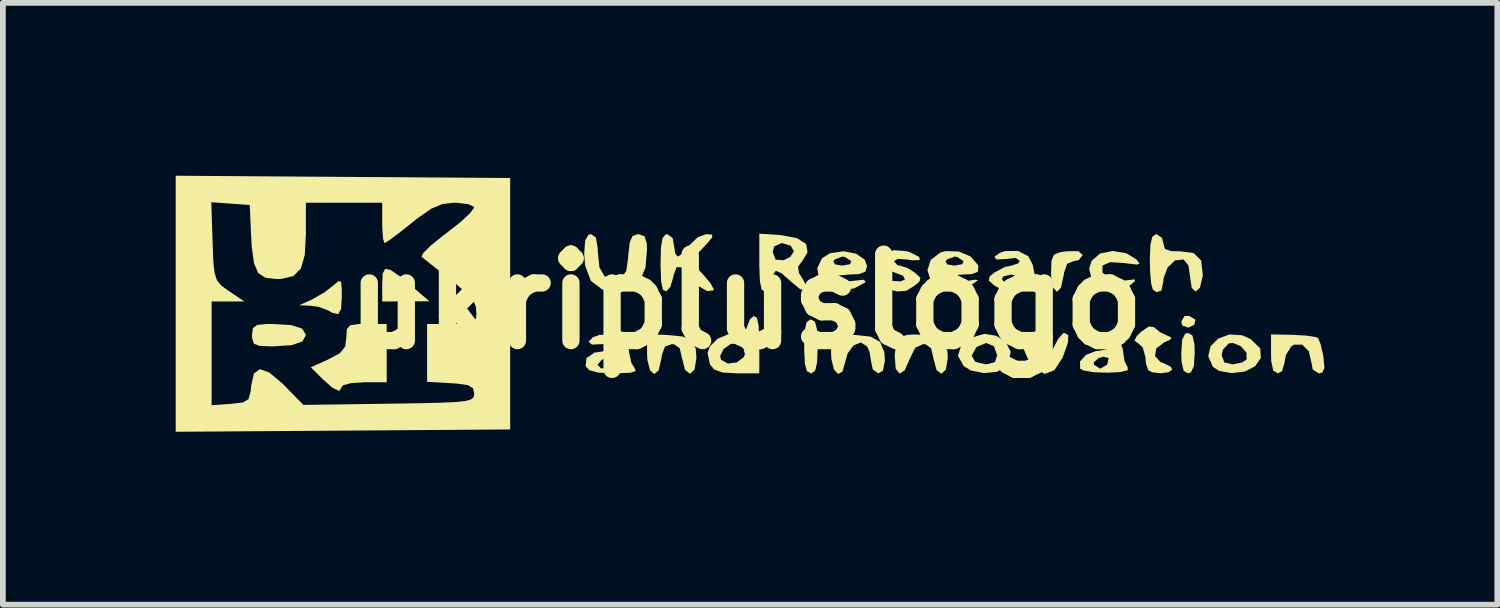
<source format=kicad_pcb>
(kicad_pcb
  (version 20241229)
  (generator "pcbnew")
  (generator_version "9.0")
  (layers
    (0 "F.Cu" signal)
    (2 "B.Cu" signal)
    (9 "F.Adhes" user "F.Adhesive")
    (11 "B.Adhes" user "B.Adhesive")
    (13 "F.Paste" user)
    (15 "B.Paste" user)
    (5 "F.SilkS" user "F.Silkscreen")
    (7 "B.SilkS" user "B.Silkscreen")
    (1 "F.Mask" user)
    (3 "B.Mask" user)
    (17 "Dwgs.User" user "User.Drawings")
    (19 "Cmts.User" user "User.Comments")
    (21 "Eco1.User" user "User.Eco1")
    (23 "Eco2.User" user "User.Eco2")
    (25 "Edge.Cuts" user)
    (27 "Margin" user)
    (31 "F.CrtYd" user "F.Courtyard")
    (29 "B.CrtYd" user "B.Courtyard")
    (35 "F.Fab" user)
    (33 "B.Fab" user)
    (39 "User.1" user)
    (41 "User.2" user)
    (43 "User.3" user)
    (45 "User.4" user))
  (footprint "ukripluslogo"
    (layer "F.Cu")
    (at 9.895 2.183)
    (property "Reference" "ukripluslogo" (at 0 0 0) (layer "F.SilkS") (effects (font (size 1.5 1.5) (thickness 0.3))))
    (attr board_only exclude_from_pos_files exclude_from_bom)
    (fp_poly (pts (xy 7.804 0.314) (xy 7.785 0.403) (xy 7.679 0.454) (xy 7.575 0.416) (xy 7.558 0.351) (xy 7.614 0.252) (xy 7.694 0.249)) (stroke (width 0) (type solid)) (fill yes) (layer "F.SilkS"))
    (fp_poly (pts (xy -6.164 -0.547) (xy -5.993 -0.428) (xy -5.766 -0.238) (xy -5.493 -0.004) (xy -5.902 -0.002) (xy -6.311 0) (xy -6.311 -0.314) (xy -6.302 -0.488) (xy -6.26 -0.566)) (stroke (width 0) (type solid)) (fill yes) (layer "F.SilkS"))
    (fp_poly (pts (xy 7.752 0.591) (xy 7.787 0.747) (xy 7.791 0.896) (xy 7.776 1.127) (xy 7.724 1.232) (xy 7.675 1.247) (xy 7.598 1.201) (xy 7.562 1.045) (xy 7.558 0.896) (xy 7.573 0.665) (xy 7.625 0.56) (xy 7.675 0.545)) (stroke (width 0) (type solid)) (fill yes) (layer "F.SilkS"))
    (fp_poly (pts (xy -7.026 -0.343) (xy -7.013 -0.214) (xy -7.012 -0.09) (xy -7.025 0.132) (xy -7.075 0.22) (xy -7.183 0.194) (xy -7.246 0.156) (xy -7.415 0.093) (xy -7.558 0.073) (xy -7.752 0.065) (xy -7.545 -0.027) (xy -7.325 -0.152) (xy -7.175 -0.266) (xy -7.072 -0.352)) (stroke (width 0) (type solid)) (fill yes) (layer "F.SilkS"))
    (fp_poly (pts (xy -7.893 0.409) (xy -7.7 0.471) (xy -7.636 0.579) (xy -7.636 0.584) (xy -7.696 0.694) (xy -7.884 0.758) (xy -8.212 0.779) (xy -8.226 0.779) (xy -8.44 0.771) (xy -8.541 0.73) (xy -8.569 0.632) (xy -8.571 0.584) (xy -8.556 0.463) (xy -8.483 0.407) (xy -8.31 0.39) (xy -8.226 0.39)) (stroke (width 0) (type solid)) (fill yes) (layer "F.SilkS"))
    (fp_poly (pts (xy 1.198 0.348) (xy 1.234 0.475) (xy 1.246 0.723) (xy 1.247 0.779) (xy 1.238 1.051) (xy 1.206 1.196) (xy 1.144 1.246) (xy 1.13 1.247) (xy 1.062 1.211) (xy 1.025 1.083) (xy 1.013 0.835) (xy 1.013 0.779) (xy 1.022 0.508) (xy 1.054 0.362) (xy 1.116 0.313) (xy 1.13 0.312)) (stroke (width 0) (type solid)) (fill yes) (layer "F.SilkS"))
    (fp_poly (pts (xy 5.843 -0.81) (xy 5.844 -0.802) (xy 5.779 -0.719) (xy 5.693 -0.701) (xy 5.577 -0.656) (xy 5.523 -0.498) (xy 5.517 -0.454) (xy 5.469 -0.239) (xy 5.399 -0.168) (xy 5.334 -0.237) (xy 5.299 -0.44) (xy 5.298 -0.491) (xy 5.305 -0.707) (xy 5.349 -0.814) (xy 5.462 -0.857) (xy 5.571 -0.872) (xy 5.773 -0.873)) (stroke (width 0) (type solid)) (fill yes) (layer "F.SilkS"))
    (fp_poly (pts (xy -6.233 0.896) (xy -6.233 1.402) (xy -6.623 1.402) (xy -6.845 1.416) (xy -6.986 1.452) (xy -7.012 1.48) (xy -7.054 1.554) (xy -7.177 1.496) (xy -7.342 1.349) (xy -7.55 1.141) (xy -7.242 1.003) (xy -7.043 0.896) (xy -6.954 0.782) (xy -6.934 0.627) (xy -6.925 0.481) (xy -6.867 0.412) (xy -6.719 0.391) (xy -6.584 0.39) (xy -6.233 0.39)) (stroke (width 0) (type solid)) (fill yes) (layer "F.SilkS"))
    (fp_poly (pts (xy 5.598 0.584) (xy 5.591 0.713) (xy 5.506 0.954) (xy 5.497 0.976) (xy 5.357 1.191) (xy 5.191 1.257) (xy 5.023 1.175) (xy 4.884 0.971) (xy 4.78 0.725) (xy 4.761 0.589) (xy 4.823 0.546) (xy 4.829 0.545) (xy 4.908 0.609) (xy 5.016 0.767) (xy 5.054 0.836) (xy 5.203 1.127) (xy 5.325 0.836) (xy 5.419 0.653) (xy 5.507 0.552) (xy 5.528 0.545)) (stroke (width 0) (type solid)) (fill yes) (layer "F.SilkS"))
    (fp_poly (pts (xy -1.382 0.58) (xy -1.098 0.607) (xy -0.938 0.679) (xy -0.869 0.82) (xy -0.857 0.979) (xy -0.891 1.183) (xy -0.969 1.254) (xy -1.054 1.189) (xy -1.105 0.993) (xy -1.148 0.81) (xy -1.245 0.743) (xy -1.286 0.74) (xy -1.402 0.781) (xy -1.458 0.928) (xy -1.466 0.993) (xy -1.514 1.196) (xy -1.589 1.26) (xy -1.662 1.197) (xy -1.709 1.014) (xy -1.714 0.908) (xy -1.714 0.569)) (stroke (width 0) (type solid)) (fill yes) (layer "F.SilkS"))
    (fp_poly (pts (xy 1.873 0.579) (xy 2.164 0.609) (xy 2.331 0.702) (xy 2.404 0.881) (xy 2.414 1.032) (xy 2.378 1.204) (xy 2.298 1.247) (xy 2.204 1.18) (xy 2.18 1.071) (xy 2.147 0.876) (xy 2.105 0.779) (xy 1.996 0.711) (xy 1.87 0.761) (xy 1.767 0.901) (xy 1.728 1.04) (xy 1.678 1.216) (xy 1.603 1.259) (xy 1.53 1.182) (xy 1.485 1) (xy 1.48 0.909) (xy 1.48 0.571)) (stroke (width 0) (type solid)) (fill yes) (layer "F.SilkS"))
    (fp_poly (pts (xy 3.225 0.584) (xy 3.414 0.677) (xy 3.498 0.861) (xy 3.506 0.977) (xy 3.472 1.182) (xy 3.394 1.254) (xy 3.31 1.19) (xy 3.258 0.993) (xy 3.215 0.81) (xy 3.118 0.743) (xy 3.078 0.74) (xy 2.94 0.802) (xy 2.847 0.993) (xy 2.757 1.196) (xy 2.668 1.251) (xy 2.602 1.166) (xy 2.584 0.948) (xy 2.586 0.919) (xy 2.61 0.712) (xy 2.668 0.614) (xy 2.806 0.58) (xy 2.914 0.572)) (stroke (width 0) (type solid)) (fill yes) (layer "F.SilkS"))
    (fp_poly (pts (xy 6.605 -0.837) (xy 6.779 -0.73) (xy 6.834 -0.662) (xy 6.79 -0.641) (xy 6.622 -0.66) (xy 6.574 -0.667) (xy 6.325 -0.683) (xy 6.198 -0.629) (xy 6.192 -0.62) (xy 6.189 -0.503) (xy 6.3 -0.408) (xy 6.482 -0.362) (xy 6.603 -0.367) (xy 6.748 -0.384) (xy 6.754 -0.353) (xy 6.666 -0.278) (xy 6.508 -0.18) (xy 6.35 -0.176) (xy 6.186 -0.232) (xy 6.007 -0.372) (xy 5.959 -0.57) (xy 6.002 -0.707) (xy 6.149 -0.833) (xy 6.369 -0.877)) (stroke (width 0) (type solid)) (fill yes) (layer "F.SilkS"))
    (fp_poly (pts (xy 7.079 0.443) (xy 7.188 0.531) (xy 7.285 0.578) (xy 7.391 0.628) (xy 7.359 0.668) (xy 7.265 0.707) (xy 7.124 0.814) (xy 7.101 0.946) (xy 7.198 1.051) (xy 7.246 1.068) (xy 7.372 1.13) (xy 7.402 1.178) (xy 7.338 1.228) (xy 7.195 1.246) (xy 7.048 1.227) (xy 6.986 1.195) (xy 6.946 1.083) (xy 6.934 0.958) (xy 6.889 0.797) (xy 6.813 0.728) (xy 6.745 0.679) (xy 6.787 0.598) (xy 6.861 0.525) (xy 6.996 0.434)) (stroke (width 0) (type solid)) (fill yes) (layer "F.SilkS"))
    (fp_poly (pts (xy 9.5 0.579) (xy 9.732 0.592) (xy 9.893 0.617) (xy 9.932 0.634) (xy 9.975 0.736) (xy 10.019 0.926) (xy 10.025 0.964) (xy 10.043 1.155) (xy 10.004 1.235) (xy 9.944 1.247) (xy 9.84 1.181) (xy 9.817 1.061) (xy 9.771 0.863) (xy 9.658 0.749) (xy 9.514 0.749) (xy 9.467 0.779) (xy 9.373 0.93) (xy 9.35 1.061) (xy 9.307 1.211) (xy 9.233 1.247) (xy 9.154 1.199) (xy 9.12 1.039) (xy 9.116 0.909) (xy 9.116 0.571)) (stroke (width 0) (type solid)) (fill yes) (layer "F.SilkS"))
    (fp_poly (pts (xy 4.351 0.596) (xy 4.514 0.707) (xy 4.596 0.87) (xy 4.566 1.057) (xy 4.515 1.134) (xy 4.357 1.221) (xy 4.129 1.242) (xy 3.904 1.196) (xy 3.781 1.12) (xy 3.682 0.943) (xy 3.682 0.943) (xy 3.92 0.943) (xy 3.983 1.048) (xy 4.168 1.091) (xy 4.173 1.091) (xy 4.323 1.053) (xy 4.363 0.933) (xy 4.306 0.776) (xy 4.171 0.72) (xy 4.013 0.786) (xy 3.997 0.8) (xy 3.92 0.943) (xy 3.682 0.943) (xy 3.735 0.77) (xy 3.91 0.629) (xy 4.14 0.561)) (stroke (width 0) (type solid)) (fill yes) (layer "F.SilkS"))
    (fp_poly (pts (xy 8.616 0.586) (xy 8.763 0.653) (xy 8.928 0.814) (xy 8.939 0.981) (xy 8.838 1.124) (xy 8.663 1.215) (xy 8.431 1.243) (xy 8.215 1.205) (xy 8.107 1.134) (xy 8.025 0.948) (xy 8.029 0.933) (xy 8.259 0.933) (xy 8.305 1.057) (xy 8.449 1.091) (xy 8.616 1.059) (xy 8.692 1.005) (xy 8.69 0.889) (xy 8.593 0.777) (xy 8.455 0.719) (xy 8.382 0.727) (xy 8.281 0.835) (xy 8.259 0.933) (xy 8.029 0.933) (xy 8.067 0.777) (xy 8.2 0.644) (xy 8.394 0.572)) (stroke (width 0) (type solid)) (fill yes) (layer "F.SilkS"))
    (fp_poly (pts (xy 7.224 -1.104) (xy 7.246 -1.015) (xy 7.274 -0.912) (xy 7.386 -0.873) (xy 7.526 -0.872) (xy 7.773 -0.841) (xy 7.903 -0.712) (xy 7.931 -0.471) (xy 7.929 -0.435) (xy 7.881 -0.239) (xy 7.807 -0.172) (xy 7.739 -0.236) (xy 7.713 -0.414) (xy 7.681 -0.628) (xy 7.599 -0.729) (xy 7.45 -0.714) (xy 7.32 -0.59) (xy 7.25 -0.4) (xy 7.246 -0.345) (xy 7.213 -0.188) (xy 7.126 -0.163) (xy 7.064 -0.208) (xy 7.036 -0.308) (xy 7.017 -0.515) (xy 7.012 -0.714) (xy 7.022 -0.981) (xy 7.055 -1.123) (xy 7.12 -1.168) (xy 7.129 -1.169)) (stroke (width 0) (type solid)) (fill yes) (layer "F.SilkS"))
    (fp_poly (pts (xy -1.758 -1.134) (xy -1.718 -1.003) (xy -1.715 -0.915) (xy -1.741 -0.592) (xy -1.826 -0.385) (xy -1.986 -0.262) (xy -2.045 -0.239) (xy -2.231 -0.179) (xy -2.347 -0.168) (xy -2.47 -0.202) (xy -2.493 -0.21) (xy -2.689 -0.357) (xy -2.79 -0.626) (xy -2.805 -0.833) (xy -2.788 -1.059) (xy -2.732 -1.158) (xy -2.688 -1.169) (xy -2.604 -1.113) (xy -2.571 -0.932) (xy -2.57 -0.877) (xy -2.541 -0.591) (xy -2.451 -0.437) (xy -2.288 -0.398) (xy -2.251 -0.402) (xy -2.135 -0.439) (xy -2.075 -0.534) (xy -2.046 -0.732) (xy -2.041 -0.799) (xy -2.015 -1.028) (xy -1.965 -1.138) (xy -1.873 -1.169) (xy -1.866 -1.169)) (stroke (width 0) (type solid)) (fill yes) (layer "F.SilkS"))
    (fp_poly (pts (xy 0.192 0.281) (xy 0.223 0.424) (xy 0.234 0.701) (xy 0.234 0.734) (xy 0.234 1.247) (xy -0.153 1.247) (xy -0.406 1.232) (xy -0.55 1.179) (xy -0.623 1.091) (xy -0.653 0.946) (xy -0.446 0.946) (xy -0.43 1.01) (xy -0.313 1.077) (xy -0.156 1.057) (xy -0.036 0.967) (xy -0.015 0.915) (xy -0.053 0.776) (xy -0.117 0.729) (xy -0.259 0.736) (xy -0.386 0.824) (xy -0.446 0.946) (xy -0.653 0.946) (xy -0.664 0.891) (xy -0.624 0.78) (xy -0.49 0.647) (xy -0.298 0.565) (xy -0.121 0.563) (xy -0.088 0.578) (xy -0.019 0.552) (xy 0.014 0.455) (xy 0.073 0.306) (xy 0.136 0.253)) (stroke (width 0) (type solid)) (fill yes) (layer "F.SilkS"))
    (fp_poly (pts (xy 2.789 -0.874) (xy 2.852 -0.854) (xy 3.01 -0.773) (xy 3.019 -0.72) (xy 2.887 -0.715) (xy 2.805 -0.728) (xy 2.64 -0.74) (xy 2.571 -0.701) (xy 2.571 -0.699) (xy 2.633 -0.629) (xy 2.673 -0.623) (xy 2.811 -0.579) (xy 2.926 -0.506) (xy 3.031 -0.413) (xy 3.012 -0.343) (xy 2.926 -0.273) (xy 2.785 -0.186) (xy 2.639 -0.174) (xy 2.474 -0.21) (xy 2.358 -0.278) (xy 2.337 -0.326) (xy 2.401 -0.372) (xy 2.527 -0.359) (xy 2.687 -0.348) (xy 2.762 -0.383) (xy 2.728 -0.447) (xy 2.584 -0.503) (xy 2.572 -0.506) (xy 2.384 -0.591) (xy 2.337 -0.698) (xy 2.403 -0.828) (xy 2.569 -0.891)) (stroke (width 0) (type solid)) (fill yes) (layer "F.SilkS"))
    (fp_poly (pts (xy 1.916 -0.829) (xy 2.065 -0.724) (xy 2.104 -0.617) (xy 2.076 -0.519) (xy 1.965 -0.476) (xy 1.787 -0.467) (xy 1.586 -0.451) (xy 1.515 -0.404) (xy 1.521 -0.387) (xy 1.628 -0.344) (xy 1.833 -0.354) (xy 1.857 -0.358) (xy 2.039 -0.378) (xy 2.081 -0.349) (xy 2.065 -0.327) (xy 1.879 -0.226) (xy 1.633 -0.199) (xy 1.422 -0.249) (xy 1.272 -0.392) (xy 1.24 -0.577) (xy 1.299 -0.701) (xy 1.519 -0.701) (xy 1.547 -0.644) (xy 1.675 -0.623) (xy 1.811 -0.648) (xy 1.831 -0.701) (xy 1.718 -0.774) (xy 1.675 -0.779) (xy 1.544 -0.73) (xy 1.519 -0.701) (xy 1.299 -0.701) (xy 1.321 -0.749) (xy 1.461 -0.838) (xy 1.698 -0.872)) (stroke (width 0) (type solid)) (fill yes) (layer "F.SilkS"))
    (fp_poly (pts (xy -0.587 -1.161) (xy -0.581 -1.116) (xy -0.675 -1.004) (xy -0.74 -0.935) (xy -0.964 -0.701) (xy -0.741 -0.468) (xy -0.612 -0.315) (xy -0.556 -0.211) (xy -0.559 -0.194) (xy -0.669 -0.18) (xy -0.82 -0.267) (xy -0.966 -0.427) (xy -0.971 -0.435) (xy -1.104 -0.592) (xy -1.2 -0.598) (xy -1.255 -0.454) (xy -1.261 -0.415) (xy -1.312 -0.249) (xy -1.383 -0.175) (xy -1.439 -0.203) (xy -1.47 -0.346) (xy -1.48 -0.624) (xy -1.48 -0.656) (xy -1.473 -0.942) (xy -1.445 -1.102) (xy -1.392 -1.164) (xy -1.363 -1.169) (xy -1.27 -1.101) (xy -1.247 -0.974) (xy -1.223 -0.827) (xy -1.178 -0.779) (xy -1.09 -0.838) (xy -0.981 -0.974) (xy -0.833 -1.117) (xy -0.685 -1.169)) (stroke (width 0) (type solid)) (fill yes) (layer "F.SilkS"))
    (fp_poly (pts (xy 0.596 -1.154) (xy 0.884 -1.101) (xy 1.047 -0.998) (xy 1.072 -0.854) (xy 0.992 -0.721) (xy 0.906 -0.601) (xy 0.923 -0.493) (xy 0.983 -0.4) (xy 1.068 -0.241) (xy 1.045 -0.179) (xy 0.934 -0.221) (xy 0.794 -0.337) (xy 0.619 -0.491) (xy 0.52 -0.533) (xy 0.471 -0.463) (xy 0.453 -0.376) (xy 0.394 -0.227) (xy 0.331 -0.175) (xy 0.276 -0.203) (xy 0.245 -0.346) (xy 0.234 -0.622) (xy 0.234 -0.66) (xy 0.234 -0.857) (xy 0.467 -0.857) (xy 0.517 -0.727) (xy 0.652 -0.716) (xy 0.77 -0.772) (xy 0.836 -0.871) (xy 0.78 -0.967) (xy 0.631 -1.013) (xy 0.619 -1.013) (xy 0.492 -0.956) (xy 0.467 -0.857) (xy 0.234 -0.857) (xy 0.234 -1.177)) (stroke (width 0) (type solid)) (fill yes) (layer "F.SilkS"))
    (fp_poly (pts (xy 6.477 0.648) (xy 6.545 0.834) (xy 6.545 0.847) (xy 6.573 1.035) (xy 6.628 1.143) (xy 6.628 1.194) (xy 6.494 1.225) (xy 6.282 1.236) (xy 6.036 1.228) (xy 5.858 1.196) (xy 5.802 1.165) (xy 5.801 1.054) (xy 6.04 1.054) (xy 6.043 1.099) (xy 6.152 1.166) (xy 6.267 1.098) (xy 6.275 1.086) (xy 6.297 0.98) (xy 6.201 0.959) (xy 6.128 0.98) (xy 6.04 1.054) (xy 5.801 1.054) (xy 5.8 1.041) (xy 5.906 0.925) (xy 6.076 0.86) (xy 6.126 0.857) (xy 6.268 0.827) (xy 6.311 0.773) (xy 6.244 0.724) (xy 6.077 0.74) (xy 5.898 0.748) (xy 5.843 0.695) (xy 5.921 0.618) (xy 6.033 0.579) (xy 6.299 0.559)) (stroke (width 0) (type solid)) (fill yes) (layer "F.SilkS"))
    (fp_poly (pts (xy 3.697 -0.868) (xy 3.905 -0.779) (xy 4.028 -0.634) (xy 4.037 -0.602) (xy 4.026 -0.515) (xy 3.923 -0.476) (xy 3.741 -0.467) (xy 3.536 -0.451) (xy 3.463 -0.405) (xy 3.469 -0.387) (xy 3.574 -0.344) (xy 3.771 -0.347) (xy 3.804 -0.352) (xy 3.986 -0.379) (xy 4.029 -0.368) (xy 3.946 -0.31) (xy 3.896 -0.279) (xy 3.704 -0.183) (xy 3.545 -0.177) (xy 3.381 -0.232) (xy 3.207 -0.366) (xy 3.152 -0.545) (xy 3.203 -0.701) (xy 3.467 -0.701) (xy 3.495 -0.644) (xy 3.623 -0.623) (xy 3.758 -0.648) (xy 3.779 -0.701) (xy 3.666 -0.774) (xy 3.623 -0.779) (xy 3.492 -0.73) (xy 3.467 -0.701) (xy 3.203 -0.701) (xy 3.21 -0.722) (xy 3.376 -0.85) (xy 3.463 -0.875)) (stroke (width 0) (type solid)) (fill yes) (layer "F.SilkS"))
    (fp_poly (pts (xy -2.121 0.676) (xy -2.029 0.844) (xy -2.026 0.883) (xy -1.987 1.066) (xy -1.932 1.153) (xy -1.912 1.207) (xy -2 1.236) (xy -2.217 1.246) (xy -2.285 1.247) (xy -2.562 1.234) (xy -2.717 1.192) (xy -2.78 1.122) (xy -2.778 1.099) (xy -2.571 1.099) (xy -2.515 1.161) (xy -2.397 1.156) (xy -2.298 1.089) (xy -2.295 1.086) (xy -2.27 0.985) (xy -2.28 0.967) (xy -2.376 0.959) (xy -2.503 1.014) (xy -2.571 1.094) (xy -2.571 1.099) (xy -2.778 1.099) (xy -2.766 0.983) (xy -2.628 0.888) (xy -2.435 0.858) (xy -2.298 0.826) (xy -2.26 0.773) (xy -2.326 0.724) (xy -2.493 0.74) (xy -2.672 0.748) (xy -2.728 0.695) (xy -2.651 0.619) (xy -2.539 0.579) (xy -2.307 0.578)) (stroke (width 0) (type solid)) (fill yes) (layer "F.SilkS"))
    (fp_poly (pts (xy 4.904 -0.785) (xy 4.986 -0.624) (xy 4.987 -0.602) (xy 5.024 -0.419) (xy 5.08 -0.327) (xy 5.118 -0.258) (xy 5.024 -0.234) (xy 4.983 -0.233) (xy 4.762 -0.214) (xy 4.636 -0.19) (xy 4.456 -0.203) (xy 4.324 -0.269) (xy 4.217 -0.364) (xy 4.222 -0.39) (xy 4.441 -0.39) (xy 4.504 -0.32) (xy 4.553 -0.312) (xy 4.686 -0.359) (xy 4.714 -0.39) (xy 4.69 -0.451) (xy 4.602 -0.467) (xy 4.472 -0.436) (xy 4.441 -0.39) (xy 4.222 -0.39) (xy 4.232 -0.434) (xy 4.32 -0.506) (xy 4.495 -0.599) (xy 4.612 -0.623) (xy 4.73 -0.662) (xy 4.753 -0.707) (xy 4.685 -0.756) (xy 4.509 -0.738) (xy 4.349 -0.729) (xy 4.316 -0.777) (xy 4.413 -0.846) (xy 4.501 -0.875) (xy 4.726 -0.878)) (stroke (width 0) (type solid)) (fill yes) (layer "F.SilkS"))
    (fp_poly (pts (xy -6.993 -2.163) (xy -4.09 -2.143) (xy -4.09 0.039) (xy -4.09 2.221) (xy -6.993 2.241) (xy -9.895 2.261) (xy -9.895 0.039) (xy -9.895 -1.723) (xy -9.278 -1.723) (xy -9.255 -1.04) (xy -9.243 -0.711) (xy -9.222 -0.501) (xy -9.18 -0.369) (xy -9.106 -0.278) (xy -8.985 -0.189) (xy -8.968 -0.178) (xy -8.703 0) (xy -8.988 0) (xy -9.272 0) (xy -9.272 0.9) (xy -9.272 1.801) (xy -8.941 1.777) (xy -8.732 1.753) (xy -8.632 1.695) (xy -8.595 1.56) (xy -8.585 1.461) (xy -8.537 1.25) (xy -8.434 1.174) (xy -8.27 1.233) (xy -8.037 1.429) (xy -7.985 1.482) (xy -7.679 1.795) (xy -6.196 1.774) (xy -5.682 1.766) (xy -5.302 1.757) (xy -5.037 1.745) (xy -4.867 1.727) (xy -4.77 1.7) (xy -4.726 1.663) (xy -4.714 1.612) (xy -4.714 1.597) (xy -4.736 1.504) (xy -4.828 1.451) (xy -5.025 1.424) (xy -5.123 1.418) (xy -5.532 1.394) (xy -5.532 0.892) (xy -5.532 0.39) (xy -5.103 0.39) (xy -4.857 0.384) (xy -4.729 0.356) (xy -4.682 0.291) (xy -4.676 0.214) (xy -4.686 0.087) (xy -4.731 -0.02) (xy -4.837 -0.138) (xy -5.027 -0.301) (xy -5.181 -0.422) (xy -5.394 -0.589) (xy -5.557 -0.719) (xy -5.63 -0.777) (xy -5.599 -0.842) (xy -5.467 -0.972) (xy -5.258 -1.141) (xy -5.181 -1.199) (xy -4.951 -1.38) (xy -4.788 -1.531) (xy -4.717 -1.628) (xy -4.718 -1.643) (xy -4.817 -1.689) (xy -5.009 -1.713) (xy -5.066 -1.714) (xy -5.265 -1.692) (xy -5.459 -1.611) (xy -5.694 -1.448) (xy -5.8 -1.363) (xy -6.017 -1.191) (xy -6.185 -1.066) (xy -6.269 -1.013) (xy -6.271 -1.013) (xy -6.295 -1.083) (xy -6.309 -1.259) (xy -6.311 -1.363) (xy -6.311 -1.714) (xy -6.973 -1.714) (xy -7.636 -1.714) (xy -7.636 -1.174) (xy -7.655 -0.808) (xy -7.723 -0.572) (xy -7.855 -0.44) (xy -8.065 -0.392) (xy -8.138 -0.39) (xy -8.335 -0.411) (xy -8.463 -0.494) (xy -8.537 -0.666) (xy -8.576 -0.953) (xy -8.586 -1.133) (xy -8.61 -1.675) (xy -8.944 -1.699) (xy -9.278 -1.723) (xy -9.895 -1.723) (xy -9.895 -2.183)) (stroke (width 0) (type solid)) (fill yes) (layer "F.SilkS")))
  (gr_rect
    (start -3 -3)
    (end 22.938 7.445)
    (stroke (width 0.1) (type default))
    (fill no)
    (layer "Edge.Cuts")))
</source>
